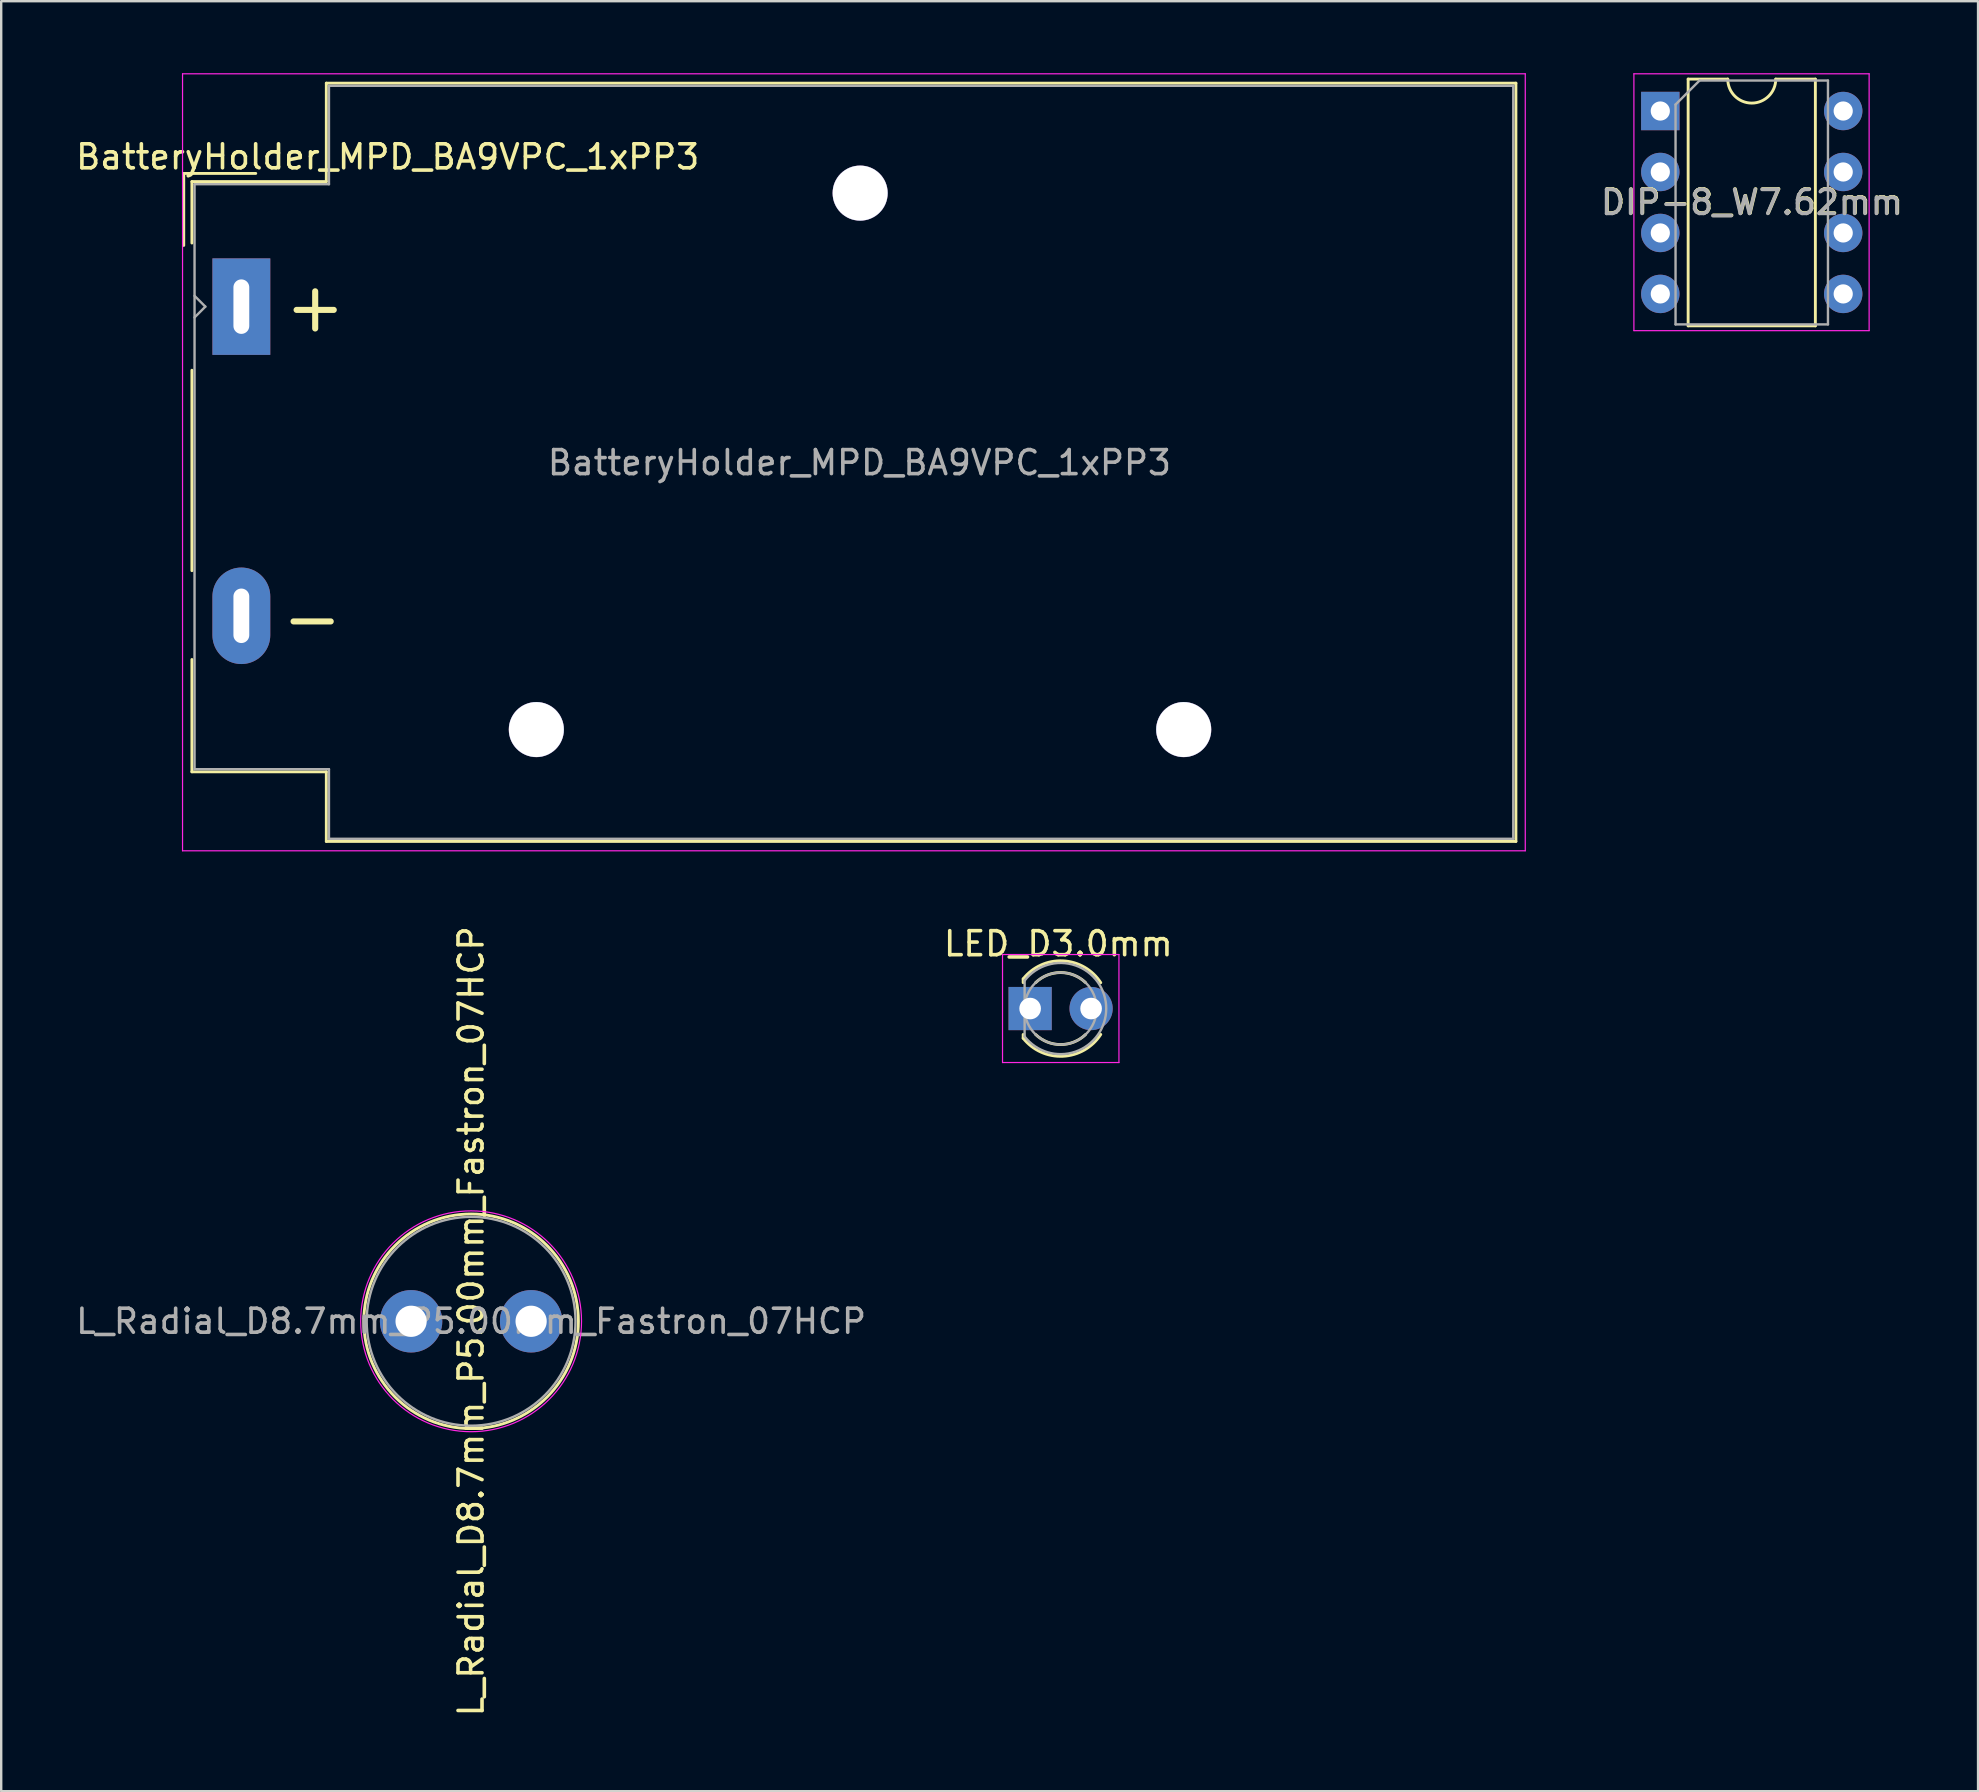
<source format=kicad_pcb>
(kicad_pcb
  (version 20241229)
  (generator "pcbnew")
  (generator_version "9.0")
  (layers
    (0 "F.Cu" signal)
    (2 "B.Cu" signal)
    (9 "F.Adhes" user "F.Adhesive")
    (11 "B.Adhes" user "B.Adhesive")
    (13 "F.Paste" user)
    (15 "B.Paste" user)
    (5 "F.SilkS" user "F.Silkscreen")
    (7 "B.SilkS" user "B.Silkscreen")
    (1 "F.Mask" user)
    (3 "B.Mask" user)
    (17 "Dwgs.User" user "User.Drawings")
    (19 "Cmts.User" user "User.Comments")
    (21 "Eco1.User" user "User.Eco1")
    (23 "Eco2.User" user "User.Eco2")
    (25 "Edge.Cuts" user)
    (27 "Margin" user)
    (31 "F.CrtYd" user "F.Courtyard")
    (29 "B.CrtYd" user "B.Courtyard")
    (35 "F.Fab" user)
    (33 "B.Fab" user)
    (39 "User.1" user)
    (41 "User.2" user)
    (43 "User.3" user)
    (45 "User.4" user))
  (footprint "L_Radial_D8.7mm_P5.00mm_Fastron_07HCP"
    (layer "F.Cu")
    (at 14.077 51.997)
    (property "Reference" "L_Radial_D8.7mm_P5.00mm_Fastron_07HCP" (at 2.5 0 90) (layer "F.SilkS") (effects (font (size 1 1) (thickness 0.15))))
    (attr through_hole)
    (fp_circle (center 2.5 0) (end 6.97 0) (stroke (width 0.12) (type solid)) (fill no) (layer "F.SilkS"))
    (fp_circle (center 2.5 0) (end 7.1 0) (stroke (width 0.05) (type solid)) (fill no) (layer "F.CrtYd"))
    (fp_circle (center 2.5 0) (end 6.85 0) (stroke (width 0.1) (type solid)) (fill no) (layer "F.Fab"))
    (fp_text user "${REFERENCE}" (at 2.5 0 0) (layer "F.Fab") (effects (font (size 1 1) (thickness 0.15))))
    (pad "1" thru_hole circle (at 0 0) (size 2.6 2.6) (drill 1.3) (layers "*.Cu" "*.Mask"))
    (pad "2" thru_hole circle (at 5 0) (size 2.6 2.6) (drill 1.3) (layers "*.Cu" "*.Mask")))
  (footprint "LED_D3.0mm"
    (layer "F.Cu")
    (at 39.867 38.968)
    (property "Reference" "LED_D3.0mm" (at 1.175 -2.7 180) (layer "F.SilkS") (effects (font (size 1 1) (thickness 0.15))))
    (attr through_hole)
    (fp_line (start -0.29 -1.236) (end -0.29 -1.08) (stroke (width 0.12) (type solid)) (layer "F.SilkS"))
    (fp_line (start -0.29 1.08) (end -0.29 1.236) (stroke (width 0.12) (type solid)) (layer "F.SilkS"))
    (fp_arc (start -0.29 -1.235516) (mid 1.366487 -1.987659) (end 2.942335 -1.078608) (stroke (width 0.12) (type solid)) (layer "F.SilkS"))
    (fp_arc (start 0.229039 -1.08) (mid 1.270117 -1.5) (end 2.31113 -1.079837) (stroke (width 0.12) (type solid)) (layer "F.SilkS"))
    (fp_arc (start 2.31113 1.079837) (mid 1.270117 1.5) (end 0.229039 1.08) (stroke (width 0.12) (type solid)) (layer "F.SilkS"))
    (fp_arc (start 2.942335 1.078608) (mid 1.366487 1.987659) (end -0.29 1.235516) (stroke (width 0.12) (type solid)) (layer "F.SilkS"))
    (fp_line (start -1.15 -2.25) (end -1.15 2.25) (stroke (width 0.05) (type solid)) (layer "F.CrtYd"))
    (fp_line (start -1.15 2.25) (end 3.7 2.25) (stroke (width 0.05) (type solid)) (layer "F.CrtYd"))
    (fp_line (start 3.7 -2.25) (end -1.15 -2.25) (stroke (width 0.05) (type solid)) (layer "F.CrtYd"))
    (fp_line (start 3.7 2.25) (end 3.7 -2.25) (stroke (width 0.05) (type solid)) (layer "F.CrtYd"))
    (fp_line (start -0.23 -1.166) (end -0.23 1.166) (stroke (width 0.1) (type solid)) (layer "F.Fab"))
    (fp_arc (start -0.23 -1.16619) (mid 3.17 0.000452) (end -0.230555 1.165476) (stroke (width 0.1) (type solid)) (layer "F.Fab"))
    (fp_circle (center 1.27 0) (end 2.77 0) (stroke (width 0.1) (type solid)) (fill no) (layer "F.Fab"))
    (pad "1" thru_hole rect (at 0 0) (size 1.8 1.8) (drill 0.9) (layers "*.Cu" "*.Mask"))
    (pad "2" thru_hole circle (at 2.54 0) (size 1.8 1.8) (drill 0.9) (layers "*.Cu" "*.Mask")))
  (footprint "DIP-8_W7.62mm"
    (layer "F.Cu")
    (at 66.121 1.575)
    (property "Reference" "DIP-8_W7.62mm" (at 3.828 3.793 0) (layer "F.SilkS") (effects (font (size 1 1) (thickness 0.15))))
    (attr through_hole)
    (fp_line (start 1.16 -1.33) (end 1.16 8.95) (stroke (width 0.12) (type solid)) (layer "F.SilkS"))
    (fp_line (start 1.16 8.95) (end 6.46 8.95) (stroke (width 0.12) (type solid)) (layer "F.SilkS"))
    (fp_line (start 2.81 -1.33) (end 1.16 -1.33) (stroke (width 0.12) (type solid)) (layer "F.SilkS"))
    (fp_line (start 6.46 -1.33) (end 4.81 -1.33) (stroke (width 0.12) (type solid)) (layer "F.SilkS"))
    (fp_line (start 6.46 8.95) (end 6.46 -1.33) (stroke (width 0.12) (type solid)) (layer "F.SilkS"))
    (fp_arc (start 4.81 -1.33) (mid 3.81 -0.33) (end 2.81 -1.33) (stroke (width 0.12) (type solid)) (layer "F.SilkS"))
    (fp_line (start -1.1 -1.55) (end -1.1 9.15) (stroke (width 0.05) (type solid)) (layer "F.CrtYd"))
    (fp_line (start -1.1 9.15) (end 8.7 9.15) (stroke (width 0.05) (type solid)) (layer "F.CrtYd"))
    (fp_line (start 8.7 -1.55) (end -1.1 -1.55) (stroke (width 0.05) (type solid)) (layer "F.CrtYd"))
    (fp_line (start 8.7 9.15) (end 8.7 -1.55) (stroke (width 0.05) (type solid)) (layer "F.CrtYd"))
    (fp_line (start 0.635 -0.27) (end 1.635 -1.27) (stroke (width 0.1) (type solid)) (layer "F.Fab"))
    (fp_line (start 0.635 8.89) (end 0.635 -0.27) (stroke (width 0.1) (type solid)) (layer "F.Fab"))
    (fp_line (start 1.635 -1.27) (end 6.985 -1.27) (stroke (width 0.1) (type solid)) (layer "F.Fab"))
    (fp_line (start 6.985 -1.27) (end 6.985 8.89) (stroke (width 0.1) (type solid)) (layer "F.Fab"))
    (fp_line (start 6.985 8.89) (end 0.635 8.89) (stroke (width 0.1) (type solid)) (layer "F.Fab"))
    (fp_text user "${REFERENCE}" (at 3.81 3.81 0) (layer "F.Fab") (effects (font (size 1 1) (thickness 0.15))))
    (pad "1" thru_hole rect (at 0 0) (size 1.6 1.6) (drill 0.8) (layers "*.Cu" "*.Mask"))
    (pad "2" thru_hole oval (at 0 2.54) (size 1.6 1.6) (drill 0.8) (layers "*.Cu" "*.Mask"))
    (pad "3" thru_hole oval (at 0 5.08) (size 1.6 1.6) (drill 0.8) (layers "*.Cu" "*.Mask"))
    (pad "4" thru_hole oval (at 0 7.62) (size 1.6 1.6) (drill 0.8) (layers "*.Cu" "*.Mask"))
    (pad "5" thru_hole oval (at 7.62 7.62) (size 1.6 1.6) (drill 0.8) (layers "*.Cu" "*.Mask"))
    (pad "6" thru_hole oval (at 7.62 5.08) (size 1.6 1.6) (drill 0.8) (layers "*.Cu" "*.Mask"))
    (pad "7" thru_hole oval (at 7.62 2.54) (size 1.6 1.6) (drill 0.8) (layers "*.Cu" "*.Mask"))
    (pad "8" thru_hole oval (at 7.62 0) (size 1.6 1.6) (drill 0.8) (layers "*.Cu" "*.Mask")))
  (footprint "BatteryHolder_MPD_BA9VPC_1xPP3"
    (layer "F.Cu")
    (at 7.005 9.725)
    (property "Reference" "BatteryHolder_MPD_BA9VPC_1xPP3" (at 6.096 -6.24 0) (layer "F.SilkS") (effects (font (size 1 1) (thickness 0.15))))
    (attr through_hole)
    (fp_line (start -2.4 -5.55) (end -2.4 -2.55) (stroke (width 0.12) (type solid)) (layer "F.SilkS"))
    (fp_line (start -2.4 -5.55) (end 0.6 -5.55) (stroke (width 0.12) (type solid)) (layer "F.SilkS"))
    (fp_line (start -2.06 -5.21) (end -2.06 -2.65) (stroke (width 0.12) (type solid)) (layer "F.SilkS"))
    (fp_line (start -2.06 2.65) (end -2.06 11) (stroke (width 0.12) (type solid)) (layer "F.SilkS"))
    (fp_line (start -2.06 19.38) (end -2.06 14.7) (stroke (width 0.12) (type solid)) (layer "F.SilkS"))
    (fp_line (start 3.54 -9.31) (end 3.54 -5.21) (stroke (width 0.12) (type solid)) (layer "F.SilkS"))
    (fp_line (start 3.54 -5.21) (end -2.06 -5.21) (stroke (width 0.12) (type solid)) (layer "F.SilkS"))
    (fp_line (start 3.54 19.38) (end -2.06 19.38) (stroke (width 0.12) (type solid)) (layer "F.SilkS"))
    (fp_line (start 3.54 22.28) (end 3.54 19.38) (stroke (width 0.12) (type solid)) (layer "F.SilkS"))
    (fp_line (start 53.1 -9.31) (end 3.54 -9.31) (stroke (width 0.12) (type solid)) (layer "F.SilkS"))
    (fp_line (start 53.1 22.28) (end 3.54 22.28) (stroke (width 0.12) (type solid)) (layer "F.SilkS"))
    (fp_line (start 53.1 22.28) (end 53.1 -9.31) (stroke (width 0.12) (type solid)) (layer "F.SilkS"))
    (fp_line (start -2.45 -9.7) (end -2.45 22.67) (stroke (width 0.05) (type solid)) (layer "F.CrtYd"))
    (fp_line (start -2.45 -9.7) (end 53.49 -9.7) (stroke (width 0.05) (type solid)) (layer "F.CrtYd"))
    (fp_line (start -2.45 22.67) (end 53.49 22.67) (stroke (width 0.05) (type solid)) (layer "F.CrtYd"))
    (fp_line (start 53.49 22.67) (end 53.49 -9.7) (stroke (width 0.05) (type solid)) (layer "F.CrtYd"))
    (fp_line (start -1.95 0.45) (end -1.5 0) (stroke (width 0.1) (type solid)) (layer "F.Fab"))
    (fp_line (start -1.95 19.27) (end -1.95 -5.1) (stroke (width 0.1) (type solid)) (layer "F.Fab"))
    (fp_line (start -1.5 0) (end -1.95 -0.45) (stroke (width 0.1) (type solid)) (layer "F.Fab"))
    (fp_line (start 3.65 -9.2) (end 52.99 -9.2) (stroke (width 0.1) (type solid)) (layer "F.Fab"))
    (fp_line (start 3.65 -5.1) (end -1.95 -5.1) (stroke (width 0.1) (type solid)) (layer "F.Fab"))
    (fp_line (start 3.65 -5.1) (end 3.65 -9.2) (stroke (width 0.1) (type solid)) (layer "F.Fab"))
    (fp_line (start 3.65 19.27) (end -1.95 19.27) (stroke (width 0.1) (type solid)) (layer "F.Fab"))
    (fp_line (start 3.65 22.17) (end 3.65 19.27) (stroke (width 0.1) (type solid)) (layer "F.Fab"))
    (fp_line (start 3.65 22.17) (end 52.99 22.17) (stroke (width 0.1) (type solid)) (layer "F.Fab"))
    (fp_line (start 52.99 22.17) (end 52.99 -9.2) (stroke (width 0.1) (type solid)) (layer "F.Fab"))
    (fp_text user "+" (at 1.651 -0.017 0) (layer "F.SilkS") (effects (font (size 2.032 2.032) (thickness 0.254) (bold yes)) (justify left)))
    (fp_text user "-" (at 1.524 12.962 0) (layer "F.SilkS") (effects (font (size 2.032 2.032) (thickness 0.254)) (justify left)))
    (fp_text user "${REFERENCE}" (at 25.75 6.5 0) (layer "F.Fab") (effects (font (size 1 1) (thickness 0.15))))
    (pad "" np_thru_hole circle (at 12.29 17.62) (size 2.3 2.3) (drill 2.29) (layers "*.Cu" "*.Mask"))
    (pad "" np_thru_hole circle (at 25.78 -4.73) (size 2.3 2.3) (drill 2.29) (layers "*.Cu" "*.Mask"))
    (pad "" np_thru_hole circle (at 39.26 17.62) (size 2.3 2.3) (drill 2.29) (layers "*.Cu" "*.Mask"))
    (pad "1" thru_hole rect (at 0 0) (size 2.41 4.02) (drill oval 0.66 2.27) (layers "*.Cu" "*.Mask"))
    (pad "2" thru_hole oval (at 0 12.88) (size 2.41 4.02) (drill oval 0.66 2.27) (layers "*.Cu" "*.Mask")))
  (gr_rect
    (start -3 -3)
    (end 79.359 71.575)
    (stroke (width 0.1) (type default))
    (fill no)
    (layer "Edge.Cuts")))
</source>
